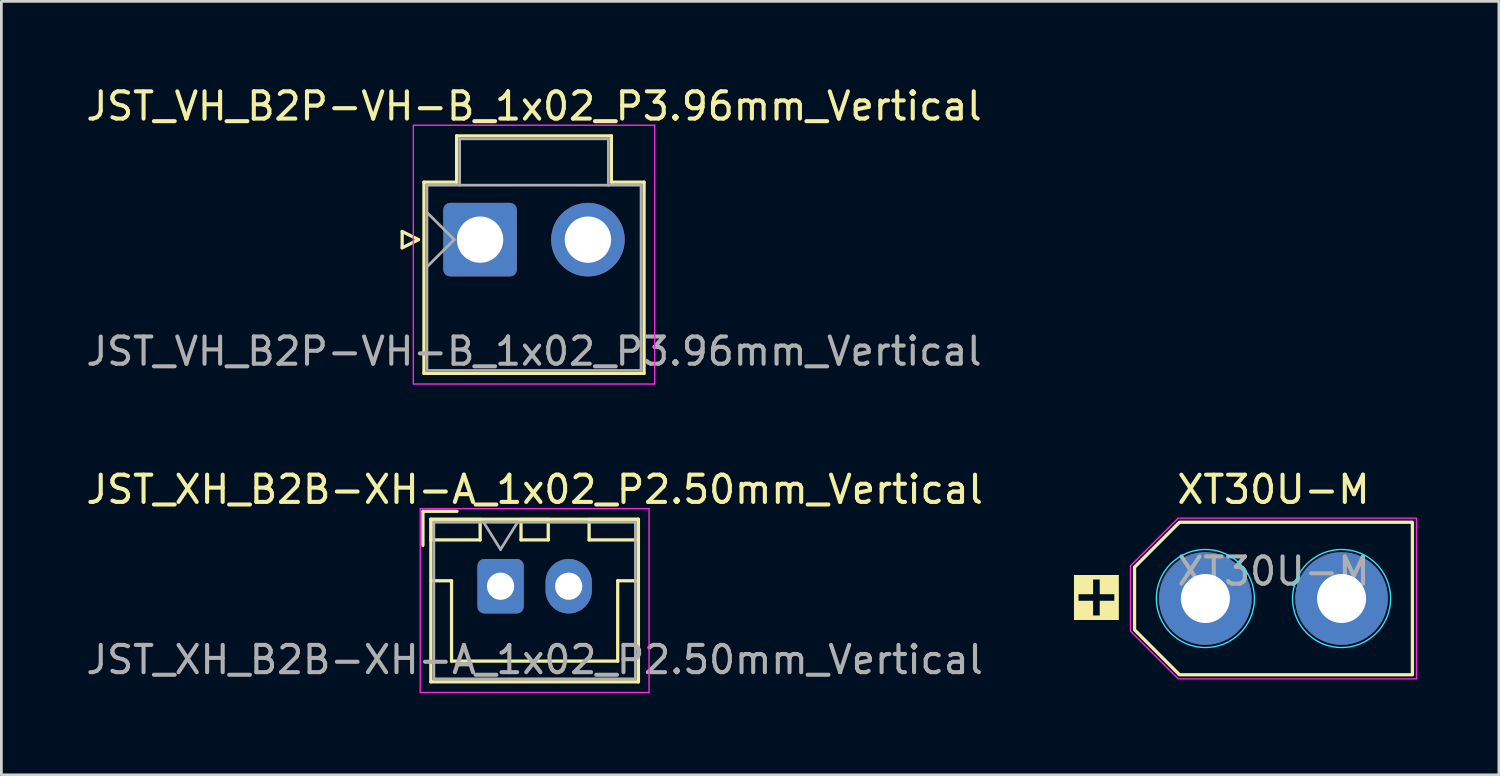
<source format=kicad_pcb>
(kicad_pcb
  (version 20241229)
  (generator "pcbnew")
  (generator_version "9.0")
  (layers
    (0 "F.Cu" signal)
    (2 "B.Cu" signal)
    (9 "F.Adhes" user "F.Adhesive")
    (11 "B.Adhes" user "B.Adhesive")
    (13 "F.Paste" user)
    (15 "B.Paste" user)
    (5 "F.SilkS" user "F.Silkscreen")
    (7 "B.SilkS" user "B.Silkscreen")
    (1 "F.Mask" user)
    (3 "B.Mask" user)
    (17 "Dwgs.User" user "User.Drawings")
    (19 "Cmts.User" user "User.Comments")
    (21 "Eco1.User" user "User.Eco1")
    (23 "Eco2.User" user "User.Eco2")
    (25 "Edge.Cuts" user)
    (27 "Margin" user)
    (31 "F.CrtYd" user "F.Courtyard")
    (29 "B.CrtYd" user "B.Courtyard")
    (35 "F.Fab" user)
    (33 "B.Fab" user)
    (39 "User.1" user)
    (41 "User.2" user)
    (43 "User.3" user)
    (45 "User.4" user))
  (footprint "JST_XH_B2B-XH-A_1x02_P2.50mm_Vertical"
    (layer "F.Cu")
    (at 16.577 18.471)
    (property "Reference" "JST_XH_B2B-XH-A_1x02_P2.50mm_Vertical" (at 0 -3.55 0) (layer "F.SilkS") (effects (font (size 1 1) (thickness 0.15))))
    (attr through_hole)
    (fp_line (start -4.1 -2.75) (end -4.1 -1.5) (stroke (width 0.12) (type solid)) (layer "F.SilkS"))
    (fp_line (start -3.81 -2.46) (end -3.81 3.51) (stroke (width 0.12) (type solid)) (layer "F.SilkS"))
    (fp_line (start -3.81 3.51) (end 3.81 3.51) (stroke (width 0.12) (type solid)) (layer "F.SilkS"))
    (fp_line (start -3.8 -2.45) (end -3.8 -1.7) (stroke (width 0.12) (type solid)) (layer "F.SilkS"))
    (fp_line (start -3.8 -1.7) (end -2 -1.7) (stroke (width 0.12) (type solid)) (layer "F.SilkS"))
    (fp_line (start -3.8 -0.2) (end -3.05 -0.2) (stroke (width 0.12) (type solid)) (layer "F.SilkS"))
    (fp_line (start -3.05 -0.2) (end -3.05 2.75) (stroke (width 0.12) (type solid)) (layer "F.SilkS"))
    (fp_line (start -3.05 2.75) (end 0 2.75) (stroke (width 0.12) (type solid)) (layer "F.SilkS"))
    (fp_line (start -2.85 -2.75) (end -4.1 -2.75) (stroke (width 0.12) (type solid)) (layer "F.SilkS"))
    (fp_line (start -2 -2.45) (end -3.8 -2.45) (stroke (width 0.12) (type solid)) (layer "F.SilkS"))
    (fp_line (start -2 -1.7) (end -2 -2.45) (stroke (width 0.12) (type solid)) (layer "F.SilkS"))
    (fp_line (start -0.5 -2.45) (end -0.5 -1.7) (stroke (width 0.12) (type solid)) (layer "F.SilkS"))
    (fp_line (start -0.5 -1.7) (end 0.5 -1.7) (stroke (width 0.12) (type solid)) (layer "F.SilkS"))
    (fp_line (start 0.5 -2.45) (end -0.5 -2.45) (stroke (width 0.12) (type solid)) (layer "F.SilkS"))
    (fp_line (start 0.5 -1.7) (end 0.5 -2.45) (stroke (width 0.12) (type solid)) (layer "F.SilkS"))
    (fp_line (start 2 -2.45) (end 2 -1.7) (stroke (width 0.12) (type solid)) (layer "F.SilkS"))
    (fp_line (start 2 -1.7) (end 3.8 -1.7) (stroke (width 0.12) (type solid)) (layer "F.SilkS"))
    (fp_line (start 3.05 -0.2) (end 3.05 2.75) (stroke (width 0.12) (type solid)) (layer "F.SilkS"))
    (fp_line (start 3.05 2.75) (end 0 2.75) (stroke (width 0.12) (type solid)) (layer "F.SilkS"))
    (fp_line (start 3.8 -2.45) (end 2 -2.45) (stroke (width 0.12) (type solid)) (layer "F.SilkS"))
    (fp_line (start 3.8 -1.7) (end 3.8 -2.45) (stroke (width 0.12) (type solid)) (layer "F.SilkS"))
    (fp_line (start 3.8 -0.2) (end 3.05 -0.2) (stroke (width 0.12) (type solid)) (layer "F.SilkS"))
    (fp_line (start 3.81 -2.46) (end -3.81 -2.46) (stroke (width 0.12) (type solid)) (layer "F.SilkS"))
    (fp_line (start 3.81 3.51) (end 3.81 -2.46) (stroke (width 0.12) (type solid)) (layer "F.SilkS"))
    (fp_line (start -4.2 -2.85) (end -4.2 3.9) (stroke (width 0.05) (type solid)) (layer "F.CrtYd"))
    (fp_line (start -4.2 3.9) (end 4.2 3.9) (stroke (width 0.05) (type solid)) (layer "F.CrtYd"))
    (fp_line (start 4.2 -2.85) (end -4.2 -2.85) (stroke (width 0.05) (type solid)) (layer "F.CrtYd"))
    (fp_line (start 4.2 3.9) (end 4.2 -2.85) (stroke (width 0.05) (type solid)) (layer "F.CrtYd"))
    (fp_line (start -3.7 -2.35) (end -3.7 3.4) (stroke (width 0.1) (type solid)) (layer "F.Fab"))
    (fp_line (start -3.7 3.4) (end 3.7 3.4) (stroke (width 0.1) (type solid)) (layer "F.Fab"))
    (fp_line (start -1.875 -2.35) (end -1.25 -1.35) (stroke (width 0.1) (type solid)) (layer "F.Fab"))
    (fp_line (start -1.25 -1.35) (end -0.625 -2.35) (stroke (width 0.1) (type solid)) (layer "F.Fab"))
    (fp_line (start 3.7 -2.35) (end -3.7 -2.35) (stroke (width 0.1) (type solid)) (layer "F.Fab"))
    (fp_line (start 3.7 3.4) (end 3.7 -2.35) (stroke (width 0.1) (type solid)) (layer "F.Fab"))
    (fp_text user "${REFERENCE}" (at 0 2.7 0) (layer "F.Fab") (effects (font (size 1 1) (thickness 0.15))))
    (pad "1" thru_hole roundrect (at -1.25 0) (size 1.7 2) (drill 1) (layers "*.Cu" "*.Mask") (roundrect_rratio 0.147))
    (pad "2" thru_hole oval (at 1.25 0) (size 1.7 2) (drill 1) (layers "*.Cu" "*.Mask")))
  (footprint "XT30U-M"
    (layer "F.Cu")
    (at 43.701 18.922)
    (property "Reference" "XT30U-M" (at 0 -4 0) (unlocked yes) (layer "F.SilkS") (effects (font (size 1 1) (thickness 0.15))))
    (attr through_hole)
    (fp_poly (pts (xy 5.1 -2.8) (xy 5.1 2.8) (xy -3.45 2.8) (xy -5.1 1.15) (xy -5.1 -1.15) (xy -3.45 -2.8)) (stroke (width 0.12) (type solid)) (fill no) (layer "F.SilkS"))
    (fp_circle (center -2.5 0) (end -0.7 0) (stroke (width 0.05) (type default)) (fill no) (layer "B.CrtYd"))
    (fp_circle (center 2.5 0) (end 4.3 0) (stroke (width 0.05) (type default)) (fill no) (layer "B.CrtYd"))
    (fp_poly (pts (xy 5.25 -2.95) (xy 5.25 2.95) (xy -3.5 2.95) (xy -5.25 1.2) (xy -5.25 -1.2) (xy -3.5 -2.95)) (stroke (width 0.05) (type solid)) (fill no) (layer "F.CrtYd"))
    (fp_text user "+" (at -6.5 0 0) (unlocked yes) (layer "F.SilkS" knockout) (effects (font (face "Arial Black") (size 1.5 1.5) (thickness 0.15))))
    (fp_text user "${REFERENCE}" (at 0 -1 0) (unlocked yes) (layer "F.Fab") (effects (font (size 1 1) (thickness 0.15))))
    (pad "1" thru_hole circle (at -2.5 0) (size 3.4 3.4) (drill 1.8) (layers "*.Cu" "*.Mask"))
    (pad "2" thru_hole circle (at 2.5 0) (size 3.4 3.4) (drill 1.8) (layers "*.Cu" "*.Mask")))
  (footprint "JST_VH_B2P-VH-B_1x02_P3.96mm_Vertical"
    (layer "F.Cu")
    (at 16.554 5.748)
    (property "Reference" "JST_VH_B2P-VH-B_1x02_P3.96mm_Vertical" (at 0 -4.9 0) (layer "F.SilkS") (effects (font (size 1 1) (thickness 0.15))))
    (attr through_hole)
    (fp_line (start -4.84 -0.3) (end -4.24 0) (stroke (width 0.12) (type solid)) (layer "F.SilkS"))
    (fp_line (start -4.84 0.3) (end -4.84 -0.3) (stroke (width 0.12) (type solid)) (layer "F.SilkS"))
    (fp_line (start -4.24 0) (end -4.84 0.3) (stroke (width 0.12) (type solid)) (layer "F.SilkS"))
    (fp_line (start -4.04 -2.11) (end -2.84 -2.11) (stroke (width 0.12) (type solid)) (layer "F.SilkS"))
    (fp_line (start -4.04 4.91) (end -4.04 -2.11) (stroke (width 0.12) (type solid)) (layer "F.SilkS"))
    (fp_line (start -2.84 -3.81) (end 2.84 -3.81) (stroke (width 0.12) (type solid)) (layer "F.SilkS"))
    (fp_line (start -2.84 -2.11) (end -2.84 -3.81) (stroke (width 0.12) (type solid)) (layer "F.SilkS"))
    (fp_line (start 2.84 -3.81) (end 2.84 -2.11) (stroke (width 0.12) (type solid)) (layer "F.SilkS"))
    (fp_line (start 2.84 -2.11) (end 4.04 -2.11) (stroke (width 0.12) (type solid)) (layer "F.SilkS"))
    (fp_line (start 4.04 -2.11) (end 4.04 4.91) (stroke (width 0.12) (type solid)) (layer "F.SilkS"))
    (fp_line (start 4.04 4.91) (end -4.04 4.91) (stroke (width 0.12) (type solid)) (layer "F.SilkS"))
    (fp_line (start -4.43 -4.2) (end -4.43 5.3) (stroke (width 0.05) (type solid)) (layer "F.CrtYd"))
    (fp_line (start -4.43 5.3) (end 4.43 5.3) (stroke (width 0.05) (type solid)) (layer "F.CrtYd"))
    (fp_line (start 4.43 -4.2) (end -4.43 -4.2) (stroke (width 0.05) (type solid)) (layer "F.CrtYd"))
    (fp_line (start 4.43 5.3) (end 4.43 -4.2) (stroke (width 0.05) (type solid)) (layer "F.CrtYd"))
    (fp_line (start -3.93 -2) (end -3.93 4.8) (stroke (width 0.1) (type solid)) (layer "F.Fab"))
    (fp_line (start -3.93 -1) (end -2.93 0) (stroke (width 0.1) (type solid)) (layer "F.Fab"))
    (fp_line (start -3.93 1) (end -2.93 0) (stroke (width 0.1) (type solid)) (layer "F.Fab"))
    (fp_line (start -3.93 4.8) (end 3.93 4.8) (stroke (width 0.1) (type solid)) (layer "F.Fab"))
    (fp_line (start -2.73 -3.7) (end 2.73 -3.7) (stroke (width 0.1) (type solid)) (layer "F.Fab"))
    (fp_line (start -2.73 -2) (end -2.73 -3.7) (stroke (width 0.1) (type solid)) (layer "F.Fab"))
    (fp_line (start 2.73 -3.7) (end 2.73 -2) (stroke (width 0.1) (type solid)) (layer "F.Fab"))
    (fp_line (start 3.93 -2) (end -3.93 -2) (stroke (width 0.1) (type solid)) (layer "F.Fab"))
    (fp_line (start 3.93 4.8) (end 3.93 -2) (stroke (width 0.1) (type solid)) (layer "F.Fab"))
    (fp_text user "${REFERENCE}" (at 0 4.1 0) (layer "F.Fab") (effects (font (size 1 1) (thickness 0.15))))
    (pad "1" thru_hole roundrect (at -1.98 0) (size 2.7 2.7) (drill 1.7) (layers "*.Cu" "*.Mask") (roundrect_rratio 0.093))
    (pad "2" thru_hole circle (at 1.98 0) (size 2.7 2.7) (drill 1.7) (layers "*.Cu" "*.Mask")))
  (gr_rect
    (start -3 -3)
    (end 51.976 25.396)
    (stroke (width 0.1) (type default))
    (fill no)
    (layer "Edge.Cuts")))
</source>
